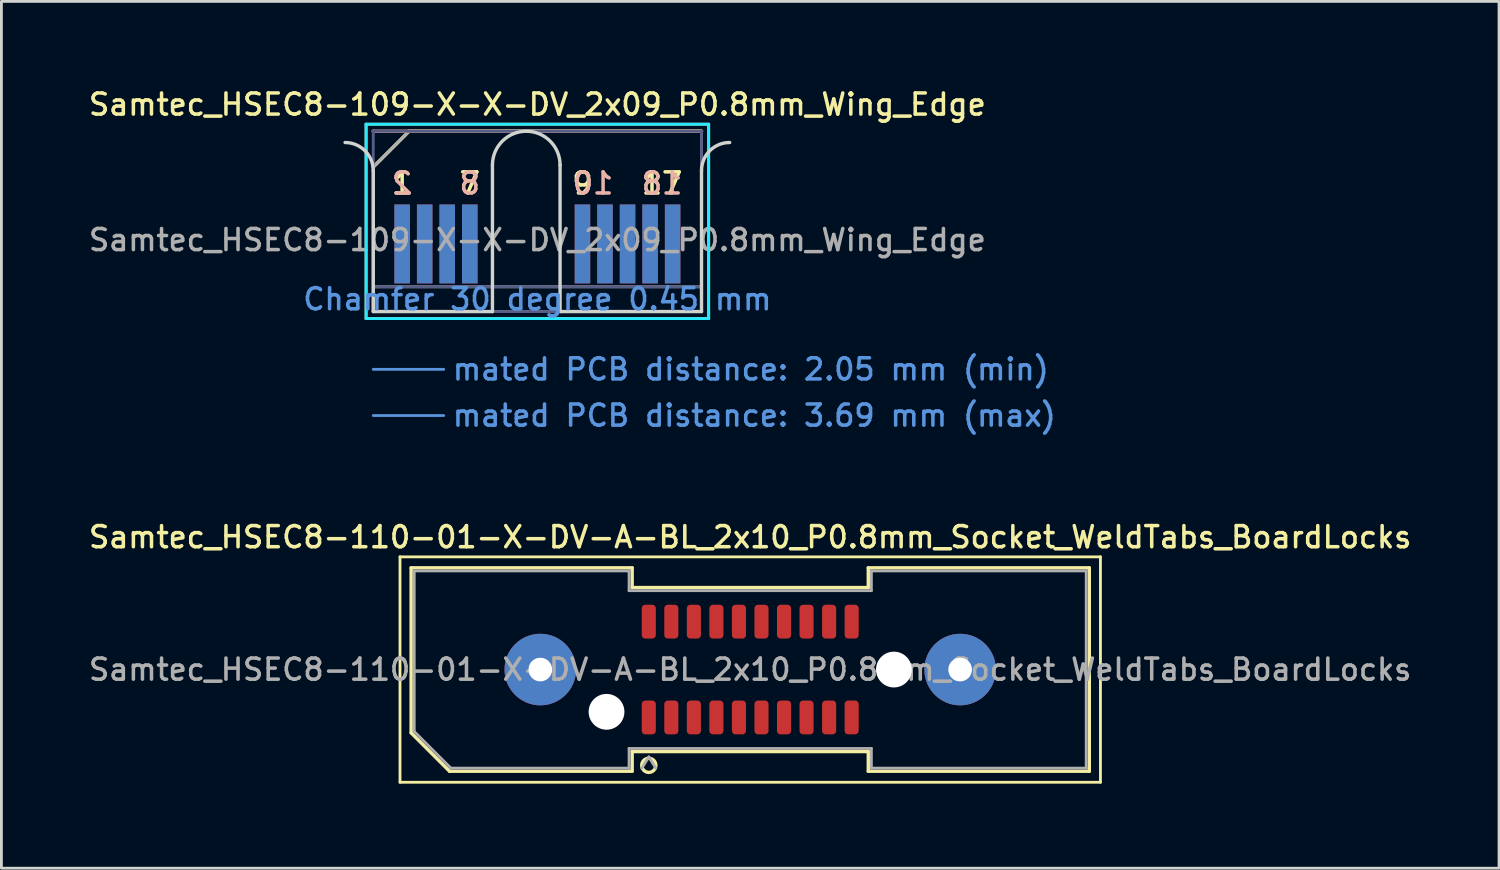
<source format=kicad_pcb>
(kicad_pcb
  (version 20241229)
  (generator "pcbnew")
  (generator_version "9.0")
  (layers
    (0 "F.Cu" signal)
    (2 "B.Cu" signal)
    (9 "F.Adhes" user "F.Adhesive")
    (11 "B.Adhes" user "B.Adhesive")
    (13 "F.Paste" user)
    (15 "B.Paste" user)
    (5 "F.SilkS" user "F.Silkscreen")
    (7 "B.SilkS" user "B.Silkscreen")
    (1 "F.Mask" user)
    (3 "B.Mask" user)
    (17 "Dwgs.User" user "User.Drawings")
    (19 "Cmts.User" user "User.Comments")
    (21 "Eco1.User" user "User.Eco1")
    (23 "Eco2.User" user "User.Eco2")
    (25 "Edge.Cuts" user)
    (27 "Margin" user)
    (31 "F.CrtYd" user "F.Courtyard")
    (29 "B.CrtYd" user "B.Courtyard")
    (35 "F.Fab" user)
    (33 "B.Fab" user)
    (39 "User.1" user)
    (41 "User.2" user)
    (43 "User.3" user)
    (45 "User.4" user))
  (footprint "Samtec_HSEC8-109-X-X-DV_2x09_P0.8mm_Wing_Edge"
    (layer "F.Cu")
    (at 16.023 8.008)
    (property "Reference" "Samtec_HSEC8-109-X-X-DV_2x09_P0.8mm_Wing_Edge" (at 0 -7.35 0) (layer "F.SilkS") (effects (font (size 0.75 0.75) (thickness 0.125))))
    (attr exclude_from_pos_files exclude_from_bom)
    (fp_line (start -6.08 -6.65) (end -6.08 0.25) (stroke (width 0.1) (type solid)) (layer "F.SilkS"))
    (fp_line (start -6.08 0.25) (end 6.08 0.25) (stroke (width 0.1) (type solid)) (layer "F.SilkS"))
    (fp_line (start -5.825 -5.13) (end -4.555 -6.4) (stroke (width 0.12) (type solid)) (layer "F.SilkS"))
    (fp_line (start -4.555 -6.4) (end 5.825 -6.4) (stroke (width 0.12) (type solid)) (layer "F.SilkS"))
    (fp_line (start 6.08 -6.65) (end -6.08 -6.65) (stroke (width 0.1) (type solid)) (layer "F.SilkS"))
    (fp_line (start 6.08 0.25) (end 6.08 -6.65) (stroke (width 0.1) (type solid)) (layer "F.SilkS"))
    (fp_line (start -5.825 -6.4) (end -5.825 -6.4) (stroke (width 0.12) (type solid)) (layer "B.SilkS"))
    (fp_line (start -5.825 -6.4) (end 5.825 -6.4) (stroke (width 0.12) (type solid)) (layer "B.SilkS"))
    (fp_line (start -5.825 2.05) (end -3.325 2.05) (stroke (width 0.1) (type solid)) (layer "Cmts.User"))
    (fp_line (start -5.825 3.69) (end -3.325 3.69) (stroke (width 0.1) (type solid)) (layer "Cmts.User"))
    (fp_line (start -5.825 -5) (end -5.825 0) (stroke (width 0.12) (type solid)) (layer "Edge.Cuts"))
    (fp_line (start -5.825 0) (end -1.595 0) (stroke (width 0.12) (type solid)) (layer "Edge.Cuts"))
    (fp_line (start -1.595 0) (end -1.595 -5.2) (stroke (width 0.12) (type solid)) (layer "Edge.Cuts"))
    (fp_line (start 0.805 -5.2) (end 0.805 0) (stroke (width 0.12) (type solid)) (layer "Edge.Cuts"))
    (fp_line (start 0.805 0) (end 5.825 0) (stroke (width 0.12) (type solid)) (layer "Edge.Cuts"))
    (fp_line (start 5.825 0) (end 5.825 -5) (stroke (width 0.12) (type solid)) (layer "Edge.Cuts"))
    (fp_arc (start -6.825 -6) (mid -6.117893 -5.707107) (end -5.825 -5) (stroke (width 0.12) (type solid)) (layer "Edge.Cuts"))
    (fp_arc (start -1.595 -5.2) (mid -0.395 -6.4) (end 0.805 -5.2) (stroke (width 0.12) (type solid)) (layer "Edge.Cuts"))
    (fp_arc (start 5.825 -5) (mid 6.117893 -5.707107) (end 6.825 -6) (stroke (width 0.12) (type solid)) (layer "Edge.Cuts"))
    (fp_line (start -6.08 -6.65) (end -6.08 0.25) (stroke (width 0.1) (type solid)) (layer "B.CrtYd"))
    (fp_line (start -6.08 0.25) (end 6.08 0.25) (stroke (width 0.1) (type solid)) (layer "B.CrtYd"))
    (fp_line (start 6.08 -6.65) (end -6.08 -6.65) (stroke (width 0.1) (type solid)) (layer "B.CrtYd"))
    (fp_line (start 6.08 0.25) (end 6.08 -6.65) (stroke (width 0.1) (type solid)) (layer "B.CrtYd"))
    (fp_line (start -5.825 -6.4) (end -5.825 -6.4) (stroke (width 0.1) (type solid)) (layer "B.Fab"))
    (fp_line (start -5.825 -6.4) (end -5.825 0) (stroke (width 0.1) (type solid)) (layer "B.Fab"))
    (fp_line (start -5.825 -6.4) (end 5.825 -6.4) (stroke (width 0.1) (type solid)) (layer "B.Fab"))
    (fp_line (start -5.825 -0.88) (end 5.825 -0.88) (stroke (width 0.1) (type solid)) (layer "B.Fab"))
    (fp_line (start -5.825 0) (end 5.825 0) (stroke (width 0.1) (type solid)) (layer "B.Fab"))
    (fp_line (start 5.825 -6.4) (end 5.825 0) (stroke (width 0.1) (type solid)) (layer "B.Fab"))
    (fp_line (start -5.825 -5.13) (end -5.825 0) (stroke (width 0.1) (type solid)) (layer "F.Fab"))
    (fp_line (start -5.825 -5.13) (end -4.555 -6.4) (stroke (width 0.1) (type solid)) (layer "F.Fab"))
    (fp_line (start -5.825 -0.88) (end 5.825 -0.88) (stroke (width 0.1) (type solid)) (layer "F.Fab"))
    (fp_line (start -5.825 0) (end 5.825 0) (stroke (width 0.1) (type solid)) (layer "F.Fab"))
    (fp_line (start -4.555 -6.4) (end 5.825 -6.4) (stroke (width 0.1) (type solid)) (layer "F.Fab"))
    (fp_line (start 5.825 -6.4) (end 5.825 0) (stroke (width 0.1) (type solid)) (layer "F.Fab"))
    (fp_text user "7" (at -2.4 -4.55 0) (layer "F.SilkS") (effects (font (size 0.75 0.75) (thickness 0.125))))
    (fp_text user "9" (at 1.6 -4.55 0) (layer "F.SilkS") (effects (font (size 0.75 0.75) (thickness 0.125))))
    (fp_text user "1" (at -4.8 -4.55 0) (layer "F.SilkS") (effects (font (size 0.75 0.75) (thickness 0.125))))
    (fp_text user "17" (at 4.425 -4.55 0) (layer "F.SilkS") (effects (font (size 0.75 0.75) (thickness 0.125))))
    (fp_text user "2" (at -4.8 -4.55 0) (layer "B.SilkS") (effects (font (size 0.75 0.75) (thickness 0.125)) (justify mirror)))
    (fp_text user "8" (at -2.4 -4.55 0) (layer "B.SilkS") (effects (font (size 0.75 0.75) (thickness 0.125)) (justify mirror)))
    (fp_text user "18" (at 4.425 -4.55 0) (layer "B.SilkS") (effects (font (size 0.75 0.75) (thickness 0.125)) (justify mirror)))
    (fp_text user "10" (at 1.975 -4.55 0) (layer "B.SilkS") (effects (font (size 0.75 0.75) (thickness 0.125)) (justify mirror)))
    (fp_text user "mated PCB distance: 3.69 mm (max)" (at -3.08 3.69 0) (layer "Cmts.User") (effects (font (size 0.75 0.75) (thickness 0.125)) (justify left)))
    (fp_text user "Chamfer 30 degree 0.45 mm" (at 0 -0.44 0) (layer "Cmts.User") (effects (font (size 0.75 0.75) (thickness 0.125))))
    (fp_text user "mated PCB distance: 2.05 mm (min)" (at -3.08 2.05 0) (layer "Cmts.User") (effects (font (size 0.75 0.75) (thickness 0.125)) (justify left)))
    (fp_text user "${REFERENCE}" (at 0 -2.54 0) (layer "F.Fab") (effects (font (size 0.75 0.75) (thickness 0.125))))
    (pad "1" connect rect (at -4.8 -2.4) (size 0.55 2.8) (layers "F.Cu" "F.Mask"))
    (pad "2" connect rect (at -4.8 -2.4) (size 0.55 2.8) (layers "B.Cu" "B.Mask"))
    (pad "3" connect rect (at -4 -2.4) (size 0.55 2.8) (layers "F.Cu" "F.Mask"))
    (pad "4" connect rect (at -4 -2.4) (size 0.55 2.8) (layers "B.Cu" "B.Mask"))
    (pad "5" connect rect (at -3.2 -2.4) (size 0.55 2.8) (layers "F.Cu" "F.Mask"))
    (pad "6" connect rect (at -3.2 -2.4) (size 0.55 2.8) (layers "B.Cu" "B.Mask"))
    (pad "7" connect rect (at -2.4 -2.4) (size 0.55 2.8) (layers "F.Cu" "F.Mask"))
    (pad "8" connect rect (at -2.4 -2.4) (size 0.55 2.8) (layers "B.Cu" "B.Mask"))
    (pad "9" connect rect (at 1.6 -2.4) (size 0.55 2.8) (layers "F.Cu" "F.Mask"))
    (pad "10" connect rect (at 1.6 -2.4) (size 0.55 2.8) (layers "B.Cu" "B.Mask"))
    (pad "11" connect rect (at 2.4 -2.4) (size 0.55 2.8) (layers "F.Cu" "F.Mask"))
    (pad "12" connect rect (at 2.4 -2.4) (size 0.55 2.8) (layers "B.Cu" "B.Mask"))
    (pad "13" connect rect (at 3.2 -2.4) (size 0.55 2.8) (layers "F.Cu" "F.Mask"))
    (pad "14" connect rect (at 3.2 -2.4) (size 0.55 2.8) (layers "B.Cu" "B.Mask"))
    (pad "15" connect rect (at 4 -2.4) (size 0.55 2.8) (layers "F.Cu" "F.Mask"))
    (pad "16" connect rect (at 4 -2.4) (size 0.55 2.8) (layers "B.Cu" "B.Mask"))
    (pad "17" connect rect (at 4.8 -2.4) (size 0.55 2.8) (layers "F.Cu" "F.Mask"))
    (pad "18" connect rect (at 4.8 -2.4) (size 0.55 2.8) (layers "B.Cu" "B.Mask")))
  (footprint "Samtec_HSEC8-110-01-X-DV-A-BL_2x10_P0.8mm_Socket_WeldTabs_BoardLocks"
    (layer "F.Cu")
    (at 23.577 20.714)
    (property "Reference" "Samtec_HSEC8-110-01-X-DV-A-BL_2x10_P0.8mm_Socket_WeldTabs_BoardLocks" (at 0 -4.7 0) (layer "F.SilkS") (effects (font (size 0.75 0.75) (thickness 0.125))))
    (attr smd)
    (fp_line (start -12.43 -4) (end -12.43 4) (stroke (width 0.1) (type solid)) (layer "F.SilkS"))
    (fp_line (start -12.43 4) (end 12.43 4) (stroke (width 0.1) (type solid)) (layer "F.SilkS"))
    (fp_line (start -12.035 -3.61) (end -4.19 -3.61) (stroke (width 0.12) (type solid)) (layer "F.SilkS"))
    (fp_line (start -12.035 2.246) (end -12.035 -3.61) (stroke (width 0.12) (type solid)) (layer "F.SilkS"))
    (fp_line (start -10.671 3.61) (end -12.035 2.246) (stroke (width 0.12) (type solid)) (layer "F.SilkS"))
    (fp_line (start -4.19 -3.61) (end -4.19 -2.91) (stroke (width 0.12) (type solid)) (layer "F.SilkS"))
    (fp_line (start -4.19 -2.91) (end 4.19 -2.91) (stroke (width 0.12) (type solid)) (layer "F.SilkS"))
    (fp_line (start -4.19 2.91) (end -4.19 3.61) (stroke (width 0.12) (type solid)) (layer "F.SilkS"))
    (fp_line (start -4.19 3.61) (end -10.671 3.61) (stroke (width 0.12) (type solid)) (layer "F.SilkS"))
    (fp_line (start 4.19 -3.61) (end 12.035 -3.61) (stroke (width 0.12) (type solid)) (layer "F.SilkS"))
    (fp_line (start 4.19 -2.91) (end 4.19 -3.61) (stroke (width 0.12) (type solid)) (layer "F.SilkS"))
    (fp_line (start 4.19 2.91) (end -4.19 2.91) (stroke (width 0.12) (type solid)) (layer "F.SilkS"))
    (fp_line (start 4.19 3.61) (end 4.19 2.91) (stroke (width 0.12) (type solid)) (layer "F.SilkS"))
    (fp_line (start 12.035 -3.61) (end 12.035 3.61) (stroke (width 0.12) (type solid)) (layer "F.SilkS"))
    (fp_line (start 12.035 3.61) (end 4.19 3.61) (stroke (width 0.12) (type solid)) (layer "F.SilkS"))
    (fp_line (start 12.43 -4) (end -12.43 -4) (stroke (width 0.1) (type solid)) (layer "F.SilkS"))
    (fp_line (start 12.43 4) (end 12.43 -4) (stroke (width 0.1) (type solid)) (layer "F.SilkS"))
    (fp_circle (center -3.6 3.4) (end -3.35 3.4) (stroke (width 0.12) (type solid)) (fill no) (layer "F.SilkS"))
    (fp_line (start -11.925 -3.5) (end -4.3 -3.5) (stroke (width 0.1) (type solid)) (layer "F.Fab"))
    (fp_line (start -11.925 2.2) (end -11.925 -3.5) (stroke (width 0.1) (type solid)) (layer "F.Fab"))
    (fp_line (start -10.625 3.5) (end -11.925 2.2) (stroke (width 0.1) (type solid)) (layer "F.Fab"))
    (fp_line (start -4.3 -3.5) (end -4.3 -2.8) (stroke (width 0.1) (type solid)) (layer "F.Fab"))
    (fp_line (start -4.3 -2.8) (end 4.3 -2.8) (stroke (width 0.1) (type solid)) (layer "F.Fab"))
    (fp_line (start -4.3 2.8) (end -4.3 3.5) (stroke (width 0.1) (type solid)) (layer "F.Fab"))
    (fp_line (start -4.3 3.5) (end -10.625 3.5) (stroke (width 0.1) (type solid)) (layer "F.Fab"))
    (fp_line (start -3.6 3.1) (end -3.85 3.5) (stroke (width 0.1) (type solid)) (layer "F.Fab"))
    (fp_line (start -3.6 3.1) (end -3.35 3.5) (stroke (width 0.1) (type solid)) (layer "F.Fab"))
    (fp_line (start 4.3 -3.5) (end 11.925 -3.5) (stroke (width 0.1) (type solid)) (layer "F.Fab"))
    (fp_line (start 4.3 -2.8) (end 4.3 -3.5) (stroke (width 0.1) (type solid)) (layer "F.Fab"))
    (fp_line (start 4.3 2.8) (end -4.3 2.8) (stroke (width 0.1) (type solid)) (layer "F.Fab"))
    (fp_line (start 4.3 3.5) (end 4.3 2.8) (stroke (width 0.1) (type solid)) (layer "F.Fab"))
    (fp_line (start 11.925 -3.5) (end 11.925 3.5) (stroke (width 0.1) (type solid)) (layer "F.Fab"))
    (fp_line (start 11.925 3.5) (end 4.3 3.5) (stroke (width 0.1) (type solid)) (layer "F.Fab"))
    (fp_text user "${REFERENCE}" (at 0 0 0) (layer "F.Fab") (effects (font (size 0.75 0.75) (thickness 0.125))))
    (pad "" thru_hole circle (at -7.45 0) (size 2.54 2.54) (drill 0.84) (layers "*.Cu" "*.Mask" "F.Paste"))
    (pad "" np_thru_hole circle (at -5.1 1.5) (size 1.27 1.27) (drill 1.27) (layers "*.Cu" "*.Mask"))
    (pad "" np_thru_hole circle (at 5.1 0) (size 1.27 1.27) (drill 1.27) (layers "*.Cu" "*.Mask"))
    (pad "" thru_hole circle (at 7.45 0) (size 2.54 2.54) (drill 0.84) (layers "*.Cu" "*.Mask" "F.Paste"))
    (pad "1" smd roundrect (at -3.6 1.7) (size 0.5 1.2) (layers "F.Cu" "F.Mask" "F.Paste") (roundrect_rratio 0.25))
    (pad "2" smd roundrect (at -3.6 -1.7) (size 0.5 1.2) (layers "F.Cu" "F.Mask" "F.Paste") (roundrect_rratio 0.25))
    (pad "3" smd roundrect (at -2.8 1.7) (size 0.5 1.2) (layers "F.Cu" "F.Mask" "F.Paste") (roundrect_rratio 0.25))
    (pad "4" smd roundrect (at -2.8 -1.7) (size 0.5 1.2) (layers "F.Cu" "F.Mask" "F.Paste") (roundrect_rratio 0.25))
    (pad "5" smd roundrect (at -2 1.7) (size 0.5 1.2) (layers "F.Cu" "F.Mask" "F.Paste") (roundrect_rratio 0.25))
    (pad "6" smd roundrect (at -2 -1.7) (size 0.5 1.2) (layers "F.Cu" "F.Mask" "F.Paste") (roundrect_rratio 0.25))
    (pad "7" smd roundrect (at -1.2 1.7) (size 0.5 1.2) (layers "F.Cu" "F.Mask" "F.Paste") (roundrect_rratio 0.25))
    (pad "8" smd roundrect (at -1.2 -1.7) (size 0.5 1.2) (layers "F.Cu" "F.Mask" "F.Paste") (roundrect_rratio 0.25))
    (pad "9" smd roundrect (at -0.4 1.7) (size 0.5 1.2) (layers "F.Cu" "F.Mask" "F.Paste") (roundrect_rratio 0.25))
    (pad "10" smd roundrect (at -0.4 -1.7) (size 0.5 1.2) (layers "F.Cu" "F.Mask" "F.Paste") (roundrect_rratio 0.25))
    (pad "11" smd roundrect (at 0.4 1.7) (size 0.5 1.2) (layers "F.Cu" "F.Mask" "F.Paste") (roundrect_rratio 0.25))
    (pad "12" smd roundrect (at 0.4 -1.7) (size 0.5 1.2) (layers "F.Cu" "F.Mask" "F.Paste") (roundrect_rratio 0.25))
    (pad "13" smd roundrect (at 1.2 1.7) (size 0.5 1.2) (layers "F.Cu" "F.Mask" "F.Paste") (roundrect_rratio 0.25))
    (pad "14" smd roundrect (at 1.2 -1.7) (size 0.5 1.2) (layers "F.Cu" "F.Mask" "F.Paste") (roundrect_rratio 0.25))
    (pad "15" smd roundrect (at 2 1.7) (size 0.5 1.2) (layers "F.Cu" "F.Mask" "F.Paste") (roundrect_rratio 0.25))
    (pad "16" smd roundrect (at 2 -1.7) (size 0.5 1.2) (layers "F.Cu" "F.Mask" "F.Paste") (roundrect_rratio 0.25))
    (pad "17" smd roundrect (at 2.8 1.7) (size 0.5 1.2) (layers "F.Cu" "F.Mask" "F.Paste") (roundrect_rratio 0.25))
    (pad "18" smd roundrect (at 2.8 -1.7) (size 0.5 1.2) (layers "F.Cu" "F.Mask" "F.Paste") (roundrect_rratio 0.25))
    (pad "19" smd roundrect (at 3.6 1.7) (size 0.5 1.2) (layers "F.Cu" "F.Mask" "F.Paste") (roundrect_rratio 0.25))
    (pad "20" smd roundrect (at 3.6 -1.7) (size 0.5 1.2) (layers "F.Cu" "F.Mask" "F.Paste") (roundrect_rratio 0.25)))
  (gr_rect
    (start -3 -3)
    (end 50.154 27.764)
    (stroke (width 0.1) (type default))
    (fill no)
    (layer "Edge.Cuts")))
</source>
